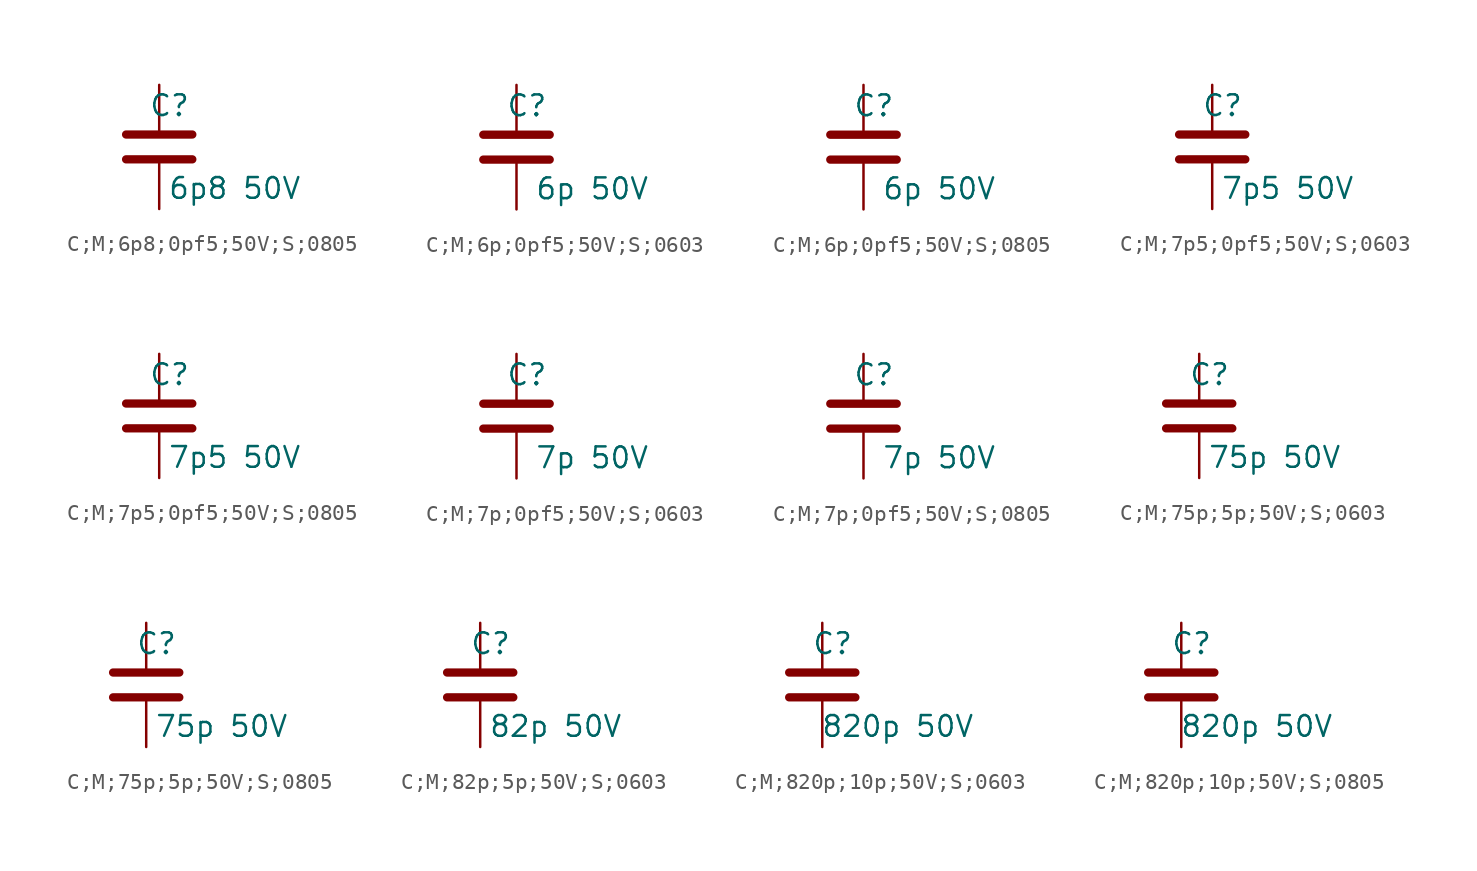
<source format=kicad_sym>
(kicad_symbol_lib
  (version 20231120)
  (generator "kicad_symbol_editor")
  (generator_version "8.0")
  (symbol "C;M;6p8;0pf5;50V;S;0805"
    (pin_numbers hide)
    (pin_names
      (offset 0.254))
    (property "Reference" "C"
      (at 0.635 2.54 0)
      (effects (font (size 1.27 1.27))))
    (property "Value" "6p8 50V"
      (at 4.635 -2.54 0)
      (effects (font (size 1.27 1.27))))
    (symbol "C;M;6p8;0pf5;50V;S;0805_0_1"
      (polyline (pts (xy -2.032 -0.762) (xy 2.032 -0.762)) (stroke (width 0.508) (type default)) (fill (type none)))
      (polyline (pts (xy -2.032 0.762) (xy 2.032 0.762)) (stroke (width 0.508) (type default)) (fill (type none))))
    (symbol "C;M;6p8;0pf5;50V;S;0805_1_1"
      (pin passive line (at 0 3.81 270) (length 2.794) (name "~" (effects (font (size 1.27 1.27)))) (number "1" (effects (font (size 1.27 1.27)))))
      (pin passive line (at 0 -3.81 90) (length 2.794) (name "~" (effects (font (size 1.27 1.27)))) (number "2" (effects (font (size 1.27 1.27)))))))
  (symbol "C;M;6p;0pf5;50V;S;0603"
    (pin_numbers hide)
    (pin_names
      (offset 0.254))
    (property "Reference" "C"
      (at 0.635 2.54 0)
      (effects (font (size 1.27 1.27))))
    (property "Value" "6p 50V"
      (at 4.635 -2.54 0)
      (effects (font (size 1.27 1.27))))
    (symbol "C;M;6p;0pf5;50V;S;0603_0_1"
      (polyline (pts (xy -2.032 -0.762) (xy 2.032 -0.762)) (stroke (width 0.508) (type default)) (fill (type none)))
      (polyline (pts (xy -2.032 0.762) (xy 2.032 0.762)) (stroke (width 0.508) (type default)) (fill (type none))))
    (symbol "C;M;6p;0pf5;50V;S;0603_1_1"
      (pin passive line (at 0 3.81 270) (length 2.794) (name "~" (effects (font (size 1.27 1.27)))) (number "1" (effects (font (size 1.27 1.27)))))
      (pin passive line (at 0 -3.81 90) (length 2.794) (name "~" (effects (font (size 1.27 1.27)))) (number "2" (effects (font (size 1.27 1.27)))))))
  (symbol "C;M;6p;0pf5;50V;S;0805"
    (pin_numbers hide)
    (pin_names
      (offset 0.254))
    (property "Reference" "C"
      (at 0.635 2.54 0)
      (effects (font (size 1.27 1.27))))
    (property "Value" "6p 50V"
      (at 4.635 -2.54 0)
      (effects (font (size 1.27 1.27))))
    (symbol "C;M;6p;0pf5;50V;S;0805_0_1"
      (polyline (pts (xy -2.032 -0.762) (xy 2.032 -0.762)) (stroke (width 0.508) (type default)) (fill (type none)))
      (polyline (pts (xy -2.032 0.762) (xy 2.032 0.762)) (stroke (width 0.508) (type default)) (fill (type none))))
    (symbol "C;M;6p;0pf5;50V;S;0805_1_1"
      (pin passive line (at 0 3.81 270) (length 2.794) (name "~" (effects (font (size 1.27 1.27)))) (number "1" (effects (font (size 1.27 1.27)))))
      (pin passive line (at 0 -3.81 90) (length 2.794) (name "~" (effects (font (size 1.27 1.27)))) (number "2" (effects (font (size 1.27 1.27)))))))
  (symbol "C;M;7p5;0pf5;50V;S;0603"
    (pin_numbers hide)
    (pin_names
      (offset 0.254))
    (property "Reference" "C"
      (at 0.635 2.54 0)
      (effects (font (size 1.27 1.27))))
    (property "Value" "7p5 50V"
      (at 4.635 -2.54 0)
      (effects (font (size 1.27 1.27))))
    (symbol "C;M;7p5;0pf5;50V;S;0603_0_1"
      (polyline (pts (xy -2.032 -0.762) (xy 2.032 -0.762)) (stroke (width 0.508) (type default)) (fill (type none)))
      (polyline (pts (xy -2.032 0.762) (xy 2.032 0.762)) (stroke (width 0.508) (type default)) (fill (type none))))
    (symbol "C;M;7p5;0pf5;50V;S;0603_1_1"
      (pin passive line (at 0 3.81 270) (length 2.794) (name "~" (effects (font (size 1.27 1.27)))) (number "1" (effects (font (size 1.27 1.27)))))
      (pin passive line (at 0 -3.81 90) (length 2.794) (name "~" (effects (font (size 1.27 1.27)))) (number "2" (effects (font (size 1.27 1.27)))))))
  (symbol "C;M;7p5;0pf5;50V;S;0805"
    (pin_numbers hide)
    (pin_names
      (offset 0.254))
    (property "Reference" "C"
      (at 0.635 2.54 0)
      (effects (font (size 1.27 1.27))))
    (property "Value" "7p5 50V"
      (at 4.635 -2.54 0)
      (effects (font (size 1.27 1.27))))
    (symbol "C;M;7p5;0pf5;50V;S;0805_0_1"
      (polyline (pts (xy -2.032 -0.762) (xy 2.032 -0.762)) (stroke (width 0.508) (type default)) (fill (type none)))
      (polyline (pts (xy -2.032 0.762) (xy 2.032 0.762)) (stroke (width 0.508) (type default)) (fill (type none))))
    (symbol "C;M;7p5;0pf5;50V;S;0805_1_1"
      (pin passive line (at 0 3.81 270) (length 2.794) (name "~" (effects (font (size 1.27 1.27)))) (number "1" (effects (font (size 1.27 1.27)))))
      (pin passive line (at 0 -3.81 90) (length 2.794) (name "~" (effects (font (size 1.27 1.27)))) (number "2" (effects (font (size 1.27 1.27)))))))
  (symbol "C;M;7p;0pf5;50V;S;0603"
    (pin_numbers hide)
    (pin_names
      (offset 0.254))
    (property "Reference" "C"
      (at 0.635 2.54 0)
      (effects (font (size 1.27 1.27))))
    (property "Value" "7p 50V"
      (at 4.635 -2.54 0)
      (effects (font (size 1.27 1.27))))
    (symbol "C;M;7p;0pf5;50V;S;0603_0_1"
      (polyline (pts (xy -2.032 -0.762) (xy 2.032 -0.762)) (stroke (width 0.508) (type default)) (fill (type none)))
      (polyline (pts (xy -2.032 0.762) (xy 2.032 0.762)) (stroke (width 0.508) (type default)) (fill (type none))))
    (symbol "C;M;7p;0pf5;50V;S;0603_1_1"
      (pin passive line (at 0 3.81 270) (length 2.794) (name "~" (effects (font (size 1.27 1.27)))) (number "1" (effects (font (size 1.27 1.27)))))
      (pin passive line (at 0 -3.81 90) (length 2.794) (name "~" (effects (font (size 1.27 1.27)))) (number "2" (effects (font (size 1.27 1.27)))))))
  (symbol "C;M;7p;0pf5;50V;S;0805"
    (pin_numbers hide)
    (pin_names
      (offset 0.254))
    (property "Reference" "C"
      (at 0.635 2.54 0)
      (effects (font (size 1.27 1.27))))
    (property "Value" "7p 50V"
      (at 4.635 -2.54 0)
      (effects (font (size 1.27 1.27))))
    (symbol "C;M;7p;0pf5;50V;S;0805_0_1"
      (polyline (pts (xy -2.032 -0.762) (xy 2.032 -0.762)) (stroke (width 0.508) (type default)) (fill (type none)))
      (polyline (pts (xy -2.032 0.762) (xy 2.032 0.762)) (stroke (width 0.508) (type default)) (fill (type none))))
    (symbol "C;M;7p;0pf5;50V;S;0805_1_1"
      (pin passive line (at 0 3.81 270) (length 2.794) (name "~" (effects (font (size 1.27 1.27)))) (number "1" (effects (font (size 1.27 1.27)))))
      (pin passive line (at 0 -3.81 90) (length 2.794) (name "~" (effects (font (size 1.27 1.27)))) (number "2" (effects (font (size 1.27 1.27)))))))
  (symbol "C;M;75p;5p;50V;S;0603"
    (pin_numbers hide)
    (pin_names
      (offset 0.254))
    (property "Reference" "C"
      (at 0.635 2.54 0)
      (effects (font (size 1.27 1.27))))
    (property "Value" "75p 50V"
      (at 4.635 -2.54 0)
      (effects (font (size 1.27 1.27))))
    (symbol "C;M;75p;5p;50V;S;0603_0_1"
      (polyline (pts (xy -2.032 -0.762) (xy 2.032 -0.762)) (stroke (width 0.508) (type default)) (fill (type none)))
      (polyline (pts (xy -2.032 0.762) (xy 2.032 0.762)) (stroke (width 0.508) (type default)) (fill (type none))))
    (symbol "C;M;75p;5p;50V;S;0603_1_1"
      (pin passive line (at 0 3.81 270) (length 2.794) (name "~" (effects (font (size 1.27 1.27)))) (number "1" (effects (font (size 1.27 1.27)))))
      (pin passive line (at 0 -3.81 90) (length 2.794) (name "~" (effects (font (size 1.27 1.27)))) (number "2" (effects (font (size 1.27 1.27)))))))
  (symbol "C;M;75p;5p;50V;S;0805"
    (pin_numbers hide)
    (pin_names
      (offset 0.254))
    (property "Reference" "C"
      (at 0.635 2.54 0)
      (effects (font (size 1.27 1.27))))
    (property "Value" "75p 50V"
      (at 4.635 -2.54 0)
      (effects (font (size 1.27 1.27))))
    (symbol "C;M;75p;5p;50V;S;0805_0_1"
      (polyline (pts (xy -2.032 -0.762) (xy 2.032 -0.762)) (stroke (width 0.508) (type default)) (fill (type none)))
      (polyline (pts (xy -2.032 0.762) (xy 2.032 0.762)) (stroke (width 0.508) (type default)) (fill (type none))))
    (symbol "C;M;75p;5p;50V;S;0805_1_1"
      (pin passive line (at 0 3.81 270) (length 2.794) (name "~" (effects (font (size 1.27 1.27)))) (number "1" (effects (font (size 1.27 1.27)))))
      (pin passive line (at 0 -3.81 90) (length 2.794) (name "~" (effects (font (size 1.27 1.27)))) (number "2" (effects (font (size 1.27 1.27)))))))
  (symbol "C;M;82p;5p;50V;S;0603"
    (pin_numbers hide)
    (pin_names
      (offset 0.254))
    (property "Reference" "C"
      (at 0.635 2.54 0)
      (effects (font (size 1.27 1.27))))
    (property "Value" "82p 50V"
      (at 4.635 -2.54 0)
      (effects (font (size 1.27 1.27))))
    (symbol "C;M;82p;5p;50V;S;0603_0_1"
      (polyline (pts (xy -2.032 -0.762) (xy 2.032 -0.762)) (stroke (width 0.508) (type default)) (fill (type none)))
      (polyline (pts (xy -2.032 0.762) (xy 2.032 0.762)) (stroke (width 0.508) (type default)) (fill (type none))))
    (symbol "C;M;82p;5p;50V;S;0603_1_1"
      (pin passive line (at 0 3.81 270) (length 2.794) (name "~" (effects (font (size 1.27 1.27)))) (number "1" (effects (font (size 1.27 1.27)))))
      (pin passive line (at 0 -3.81 90) (length 2.794) (name "~" (effects (font (size 1.27 1.27)))) (number "2" (effects (font (size 1.27 1.27)))))))
  (symbol "C;M;820p;10p;50V;S;0603"
    (pin_numbers hide)
    (pin_names
      (offset 0.254))
    (property "Reference" "C"
      (at 0.635 2.54 0)
      (effects (font (size 1.27 1.27))))
    (property "Value" "820p 50V"
      (at 4.635 -2.54 0)
      (effects (font (size 1.27 1.27))))
    (symbol "C;M;820p;10p;50V;S;0603_0_1"
      (polyline (pts (xy -2.032 -0.762) (xy 2.032 -0.762)) (stroke (width 0.508) (type default)) (fill (type none)))
      (polyline (pts (xy -2.032 0.762) (xy 2.032 0.762)) (stroke (width 0.508) (type default)) (fill (type none))))
    (symbol "C;M;820p;10p;50V;S;0603_1_1"
      (pin passive line (at 0 3.81 270) (length 2.794) (name "~" (effects (font (size 1.27 1.27)))) (number "1" (effects (font (size 1.27 1.27)))))
      (pin passive line (at 0 -3.81 90) (length 2.794) (name "~" (effects (font (size 1.27 1.27)))) (number "2" (effects (font (size 1.27 1.27)))))))
  (symbol "C;M;820p;10p;50V;S;0805"
    (pin_numbers hide)
    (pin_names
      (offset 0.254))
    (property "Reference" "C"
      (at 0.635 2.54 0)
      (effects (font (size 1.27 1.27))))
    (property "Value" "820p 50V"
      (at 4.635 -2.54 0)
      (effects (font (size 1.27 1.27))))
    (symbol "C;M;820p;10p;50V;S;0805_0_1"
      (polyline (pts (xy -2.032 -0.762) (xy 2.032 -0.762)) (stroke (width 0.508) (type default)) (fill (type none)))
      (polyline (pts (xy -2.032 0.762) (xy 2.032 0.762)) (stroke (width 0.508) (type default)) (fill (type none))))
    (symbol "C;M;820p;10p;50V;S;0805_1_1"
      (pin passive line (at 0 3.81 270) (length 2.794) (name "~" (effects (font (size 1.27 1.27)))) (number "1" (effects (font (size 1.27 1.27)))))
      (pin passive line (at 0 -3.81 90) (length 2.794) (name "~" (effects (font (size 1.27 1.27)))) (number "2" (effects (font (size 1.27 1.27))))))))
</source>
